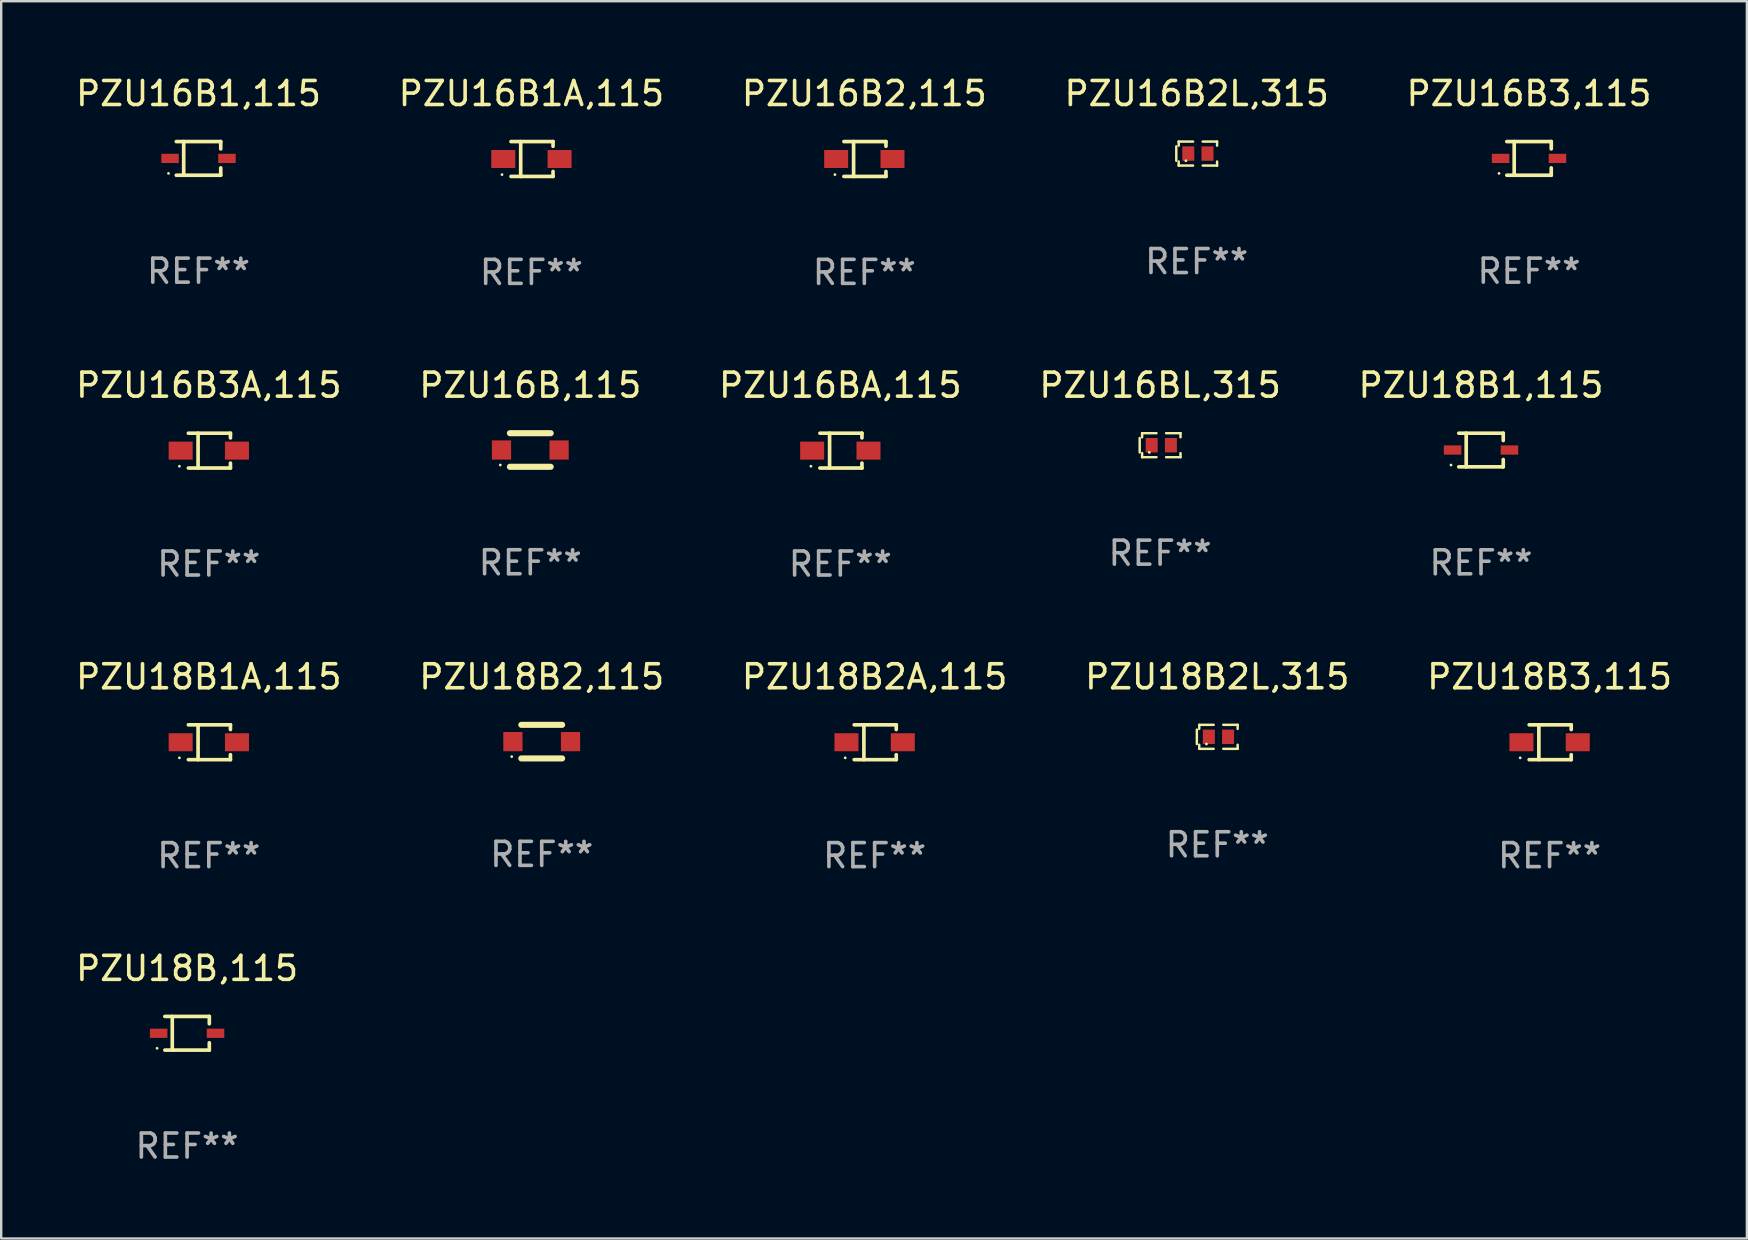
<source format=kicad_pcb>
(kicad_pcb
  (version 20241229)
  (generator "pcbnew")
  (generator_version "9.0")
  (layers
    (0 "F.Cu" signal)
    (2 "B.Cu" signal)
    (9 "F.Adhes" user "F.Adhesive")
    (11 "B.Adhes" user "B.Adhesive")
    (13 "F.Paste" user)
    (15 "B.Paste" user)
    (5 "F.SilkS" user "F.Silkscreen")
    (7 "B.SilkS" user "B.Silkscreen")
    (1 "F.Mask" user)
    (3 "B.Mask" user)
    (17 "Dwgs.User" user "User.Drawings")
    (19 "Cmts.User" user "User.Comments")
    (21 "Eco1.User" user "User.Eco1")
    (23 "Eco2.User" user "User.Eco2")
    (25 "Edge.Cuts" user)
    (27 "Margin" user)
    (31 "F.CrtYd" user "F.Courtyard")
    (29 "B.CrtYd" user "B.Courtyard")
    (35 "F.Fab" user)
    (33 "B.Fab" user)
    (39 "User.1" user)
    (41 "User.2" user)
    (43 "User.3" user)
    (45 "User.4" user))
  (footprint "PZU16B2L,315"
    (layer "F.Cu")
    (at 46.804 3.348)
    (property "Reference" "PZU16B2L,315" (at 0 -2.5 0) (layer "F.SilkS") (effects (font (size 1 1) (thickness 0.15))))
    (attr through_hole)
    (fp_line (start -0.85 -0.3) (end -0.85 0.3) (stroke (width 0.102) (type solid)) (layer "F.SilkS"))
    (fp_line (start -0.75 -0.5) (end -0.75 -0.329) (stroke (width 0.102) (type solid)) (layer "F.SilkS"))
    (fp_line (start -0.75 0.329) (end -0.75 0.5) (stroke (width 0.102) (type solid)) (layer "F.SilkS"))
    (fp_line (start -0.75 0.5) (end -0.15 0.5) (stroke (width 0.102) (type solid)) (layer "F.SilkS"))
    (fp_line (start -0.15 -0.5) (end -0.75 -0.5) (stroke (width 0.102) (type solid)) (layer "F.SilkS"))
    (fp_line (start 0.25 -0.5) (end 0.85 -0.5) (stroke (width 0.102) (type solid)) (layer "F.SilkS"))
    (fp_line (start 0.85 -0.5) (end 0.85 -0.33) (stroke (width 0.102) (type solid)) (layer "F.SilkS"))
    (fp_line (start 0.85 0.33) (end 0.85 0.5) (stroke (width 0.102) (type solid)) (layer "F.SilkS"))
    (fp_line (start 0.85 0.5) (end 0.25 0.5) (stroke (width 0.102) (type solid)) (layer "F.SilkS"))
    (fp_circle (center -0.45 0.3) (end -0.42 0.3) (stroke (width 0.06) (type solid)) (fill no) (layer "F.SilkS"))
    (fp_text user "REF**" (at 0 4.5 0) (layer "F.Fab") (effects (font (size 1 1) (thickness 0.15))))
    (pad "1" smd rect (at -0.35 0) (size 0.5 0.6) (layers "F.Cu" "F.Mask" "F.Paste"))
    (pad "2" smd rect (at 0.45 0) (size 0.5 0.6) (layers "F.Cu" "F.Mask" "F.Paste")))
  (footprint "PZU16B1A,115"
    (layer "F.Cu")
    (at 19.089 3.574)
    (property "Reference" "PZU16B1A,115" (at 0 -2.726 0) (layer "F.SilkS") (effects (font (size 1 1) (thickness 0.15))))
    (attr through_hole)
    (fp_line (start -0.851 -0.726) (end 0.901 -0.726) (stroke (width 0.152) (type solid)) (layer "F.SilkS"))
    (fp_line (start -0.851 0.726) (end 0.901 0.726) (stroke (width 0.152) (type solid)) (layer "F.SilkS"))
    (fp_line (start -0.447 -0.726) (end -0.447 0.726) (stroke (width 0.152) (type solid)) (layer "F.SilkS"))
    (fp_line (start 0.901 -0.726) (end 0.901 -0.53) (stroke (width 0.152) (type solid)) (layer "F.SilkS"))
    (fp_line (start 0.901 0.726) (end 0.901 0.52) (stroke (width 0.152) (type solid)) (layer "F.SilkS"))
    (fp_circle (center -1.225 0.65) (end -1.195 0.65) (stroke (width 0.06) (type solid)) (fill no) (layer "F.SilkS"))
    (fp_text user "REF**" (at 0 4.726 0) (layer "F.Fab") (effects (font (size 1 1) (thickness 0.15))))
    (pad "1" smd rect (at -1.173 0) (size 1 0.75) (layers "F.Cu" "F.Mask" "F.Paste"))
    (pad "2" smd rect (at 1.173 0) (size 1 0.75) (layers "F.Cu" "F.Mask" "F.Paste")))
  (footprint "PZU18B1,115"
    (layer "F.Cu")
    (at 58.649 15.698)
    (property "Reference" "PZU18B1,115" (at 0 -2.701 0) (layer "F.SilkS") (effects (font (size 1 1) (thickness 0.15))))
    (attr through_hole)
    (fp_line (start -0.926 -0.701) (end 0.926 -0.701) (stroke (width 0.152) (type solid)) (layer "F.SilkS"))
    (fp_line (start -0.926 0.701) (end 0.926 0.701) (stroke (width 0.152) (type solid)) (layer "F.SilkS"))
    (fp_line (start -0.617 -0.701) (end -0.617 0.701) (stroke (width 0.152) (type solid)) (layer "F.SilkS"))
    (fp_line (start 0.926 -0.701) (end 0.926 -0.396) (stroke (width 0.152) (type solid)) (layer "F.SilkS"))
    (fp_line (start 0.926 0.701) (end 0.926 0.396) (stroke (width 0.152) (type solid)) (layer "F.SilkS"))
    (fp_circle (center -1.25 0.625) (end -1.22 0.625) (stroke (width 0.06) (type solid)) (fill no) (layer "F.SilkS"))
    (fp_text user "REF**" (at 0 4.701 0) (layer "F.Fab") (effects (font (size 1 1) (thickness 0.15))))
    (pad "1" smd rect (at -1.185 0 180) (size 0.73 0.385) (layers "F.Cu" "F.Mask" "F.Paste"))
    (pad "2" smd rect (at 1.185 0 180) (size 0.73 0.385) (layers "F.Cu" "F.Mask" "F.Paste")))
  (footprint "PZU16B2,115"
    (layer "F.Cu")
    (at 32.958 3.574)
    (property "Reference" "PZU16B2,115" (at 0 -2.726 0) (layer "F.SilkS") (effects (font (size 1 1) (thickness 0.15))))
    (attr through_hole)
    (fp_line (start -0.851 -0.726) (end 0.901 -0.726) (stroke (width 0.152) (type solid)) (layer "F.SilkS"))
    (fp_line (start -0.851 0.726) (end 0.901 0.726) (stroke (width 0.152) (type solid)) (layer "F.SilkS"))
    (fp_line (start -0.447 -0.726) (end -0.447 0.726) (stroke (width 0.152) (type solid)) (layer "F.SilkS"))
    (fp_line (start 0.901 -0.726) (end 0.901 -0.53) (stroke (width 0.152) (type solid)) (layer "F.SilkS"))
    (fp_line (start 0.901 0.726) (end 0.901 0.52) (stroke (width 0.152) (type solid)) (layer "F.SilkS"))
    (fp_circle (center -1.225 0.65) (end -1.195 0.65) (stroke (width 0.06) (type solid)) (fill no) (layer "F.SilkS"))
    (fp_text user "REF**" (at 0 4.726 0) (layer "F.Fab") (effects (font (size 1 1) (thickness 0.15))))
    (pad "1" smd rect (at -1.173 0) (size 1 0.75) (layers "F.Cu" "F.Mask" "F.Paste"))
    (pad "2" smd rect (at 1.173 0) (size 1 0.75) (layers "F.Cu" "F.Mask" "F.Paste")))
  (footprint "PZU18B2,115"
    (layer "F.Cu")
    (at 19.518 27.846)
    (property "Reference" "PZU18B2,115" (at 0 -2.7 0) (layer "F.SilkS") (effects (font (size 1 1) (thickness 0.15))))
    (attr through_hole)
    (fp_line (start -0.85 -0.7) (end 0.85 -0.7) (stroke (width 0.254) (type solid)) (layer "F.SilkS"))
    (fp_line (start -0.85 0.7) (end 0.85 0.7) (stroke (width 0.254) (type solid)) (layer "F.SilkS"))
    (fp_circle (center -1.25 0.625) (end -1.22 0.625) (stroke (width 0.06) (type solid)) (fill no) (layer "F.SilkS"))
    (fp_text user "REF**" (at 0 4.7 0) (layer "F.Fab") (effects (font (size 1 1) (thickness 0.15))))
    (pad "1" smd rect (at -1.2 0) (size 0.8 0.8) (layers "F.Cu" "F.Mask" "F.Paste"))
    (pad "2" smd rect (at 1.2 0) (size 0.8 0.8) (layers "F.Cu" "F.Mask" "F.Paste")))
  (footprint "PZU16B1,115"
    (layer "F.Cu")
    (at 5.22 3.549)
    (property "Reference" "PZU16B1,115" (at 0 -2.701 0) (layer "F.SilkS") (effects (font (size 1 1) (thickness 0.15))))
    (attr through_hole)
    (fp_line (start -0.926 -0.701) (end 0.926 -0.701) (stroke (width 0.152) (type solid)) (layer "F.SilkS"))
    (fp_line (start -0.926 0.701) (end 0.926 0.701) (stroke (width 0.152) (type solid)) (layer "F.SilkS"))
    (fp_line (start -0.617 -0.701) (end -0.617 0.701) (stroke (width 0.152) (type solid)) (layer "F.SilkS"))
    (fp_line (start 0.926 -0.701) (end 0.926 -0.396) (stroke (width 0.152) (type solid)) (layer "F.SilkS"))
    (fp_line (start 0.926 0.701) (end 0.926 0.396) (stroke (width 0.152) (type solid)) (layer "F.SilkS"))
    (fp_circle (center -1.25 0.625) (end -1.22 0.625) (stroke (width 0.06) (type solid)) (fill no) (layer "F.SilkS"))
    (fp_text user "REF**" (at 0 4.701 0) (layer "F.Fab") (effects (font (size 1 1) (thickness 0.15))))
    (pad "1" smd rect (at -1.185 0 180) (size 0.73 0.385) (layers "F.Cu" "F.Mask" "F.Paste"))
    (pad "2" smd rect (at 1.185 0 180) (size 0.73 0.385) (layers "F.Cu" "F.Mask" "F.Paste")))
  (footprint "PZU16BA,115"
    (layer "F.Cu")
    (at 31.958 15.723)
    (property "Reference" "PZU16BA,115" (at 0 -2.726 0) (layer "F.SilkS") (effects (font (size 1 1) (thickness 0.15))))
    (attr through_hole)
    (fp_line (start -0.851 -0.726) (end 0.901 -0.726) (stroke (width 0.152) (type solid)) (layer "F.SilkS"))
    (fp_line (start -0.851 0.726) (end 0.901 0.726) (stroke (width 0.152) (type solid)) (layer "F.SilkS"))
    (fp_line (start -0.447 -0.726) (end -0.447 0.726) (stroke (width 0.152) (type solid)) (layer "F.SilkS"))
    (fp_line (start 0.901 -0.726) (end 0.901 -0.53) (stroke (width 0.152) (type solid)) (layer "F.SilkS"))
    (fp_line (start 0.901 0.726) (end 0.901 0.52) (stroke (width 0.152) (type solid)) (layer "F.SilkS"))
    (fp_circle (center -1.225 0.65) (end -1.195 0.65) (stroke (width 0.06) (type solid)) (fill no) (layer "F.SilkS"))
    (fp_text user "REF**" (at 0 4.726 0) (layer "F.Fab") (effects (font (size 1 1) (thickness 0.15))))
    (pad "1" smd rect (at -1.173 0) (size 1 0.75) (layers "F.Cu" "F.Mask" "F.Paste"))
    (pad "2" smd rect (at 1.173 0) (size 1 0.75) (layers "F.Cu" "F.Mask" "F.Paste")))
  (footprint "PZU18B3,115"
    (layer "F.Cu")
    (at 61.506 27.872)
    (property "Reference" "PZU18B3,115" (at 0 -2.726 0) (layer "F.SilkS") (effects (font (size 1 1) (thickness 0.15))))
    (attr through_hole)
    (fp_line (start -0.851 -0.726) (end 0.901 -0.726) (stroke (width 0.152) (type solid)) (layer "F.SilkS"))
    (fp_line (start -0.851 0.726) (end 0.901 0.726) (stroke (width 0.152) (type solid)) (layer "F.SilkS"))
    (fp_line (start -0.447 -0.726) (end -0.447 0.726) (stroke (width 0.152) (type solid)) (layer "F.SilkS"))
    (fp_line (start 0.901 -0.726) (end 0.901 -0.53) (stroke (width 0.152) (type solid)) (layer "F.SilkS"))
    (fp_line (start 0.901 0.726) (end 0.901 0.52) (stroke (width 0.152) (type solid)) (layer "F.SilkS"))
    (fp_circle (center -1.225 0.65) (end -1.195 0.65) (stroke (width 0.06) (type solid)) (fill no) (layer "F.SilkS"))
    (fp_text user "REF**" (at 0 4.726 0) (layer "F.Fab") (effects (font (size 1 1) (thickness 0.15))))
    (pad "1" smd rect (at -1.173 0) (size 1 0.75) (layers "F.Cu" "F.Mask" "F.Paste"))
    (pad "2" smd rect (at 1.173 0) (size 1 0.75) (layers "F.Cu" "F.Mask" "F.Paste")))
  (footprint "PZU16B3A,115"
    (layer "F.Cu")
    (at 5.649 15.723)
    (property "Reference" "PZU16B3A,115" (at 0 -2.726 0) (layer "F.SilkS") (effects (font (size 1 1) (thickness 0.15))))
    (attr through_hole)
    (fp_line (start -0.851 -0.726) (end 0.901 -0.726) (stroke (width 0.152) (type solid)) (layer "F.SilkS"))
    (fp_line (start -0.851 0.726) (end 0.901 0.726) (stroke (width 0.152) (type solid)) (layer "F.SilkS"))
    (fp_line (start -0.447 -0.726) (end -0.447 0.726) (stroke (width 0.152) (type solid)) (layer "F.SilkS"))
    (fp_line (start 0.901 -0.726) (end 0.901 -0.53) (stroke (width 0.152) (type solid)) (layer "F.SilkS"))
    (fp_line (start 0.901 0.726) (end 0.901 0.52) (stroke (width 0.152) (type solid)) (layer "F.SilkS"))
    (fp_circle (center -1.225 0.65) (end -1.195 0.65) (stroke (width 0.06) (type solid)) (fill no) (layer "F.SilkS"))
    (fp_text user "REF**" (at 0 4.726 0) (layer "F.Fab") (effects (font (size 1 1) (thickness 0.15))))
    (pad "1" smd rect (at -1.173 0) (size 1 0.75) (layers "F.Cu" "F.Mask" "F.Paste"))
    (pad "2" smd rect (at 1.173 0) (size 1 0.75) (layers "F.Cu" "F.Mask" "F.Paste")))
  (footprint "PZU18B2A,115"
    (layer "F.Cu")
    (at 33.387 27.872)
    (property "Reference" "PZU18B2A,115" (at 0 -2.726 0) (layer "F.SilkS") (effects (font (size 1 1) (thickness 0.15))))
    (attr through_hole)
    (fp_line (start -0.851 -0.726) (end 0.901 -0.726) (stroke (width 0.152) (type solid)) (layer "F.SilkS"))
    (fp_line (start -0.851 0.726) (end 0.901 0.726) (stroke (width 0.152) (type solid)) (layer "F.SilkS"))
    (fp_line (start -0.447 -0.726) (end -0.447 0.726) (stroke (width 0.152) (type solid)) (layer "F.SilkS"))
    (fp_line (start 0.901 -0.726) (end 0.901 -0.53) (stroke (width 0.152) (type solid)) (layer "F.SilkS"))
    (fp_line (start 0.901 0.726) (end 0.901 0.52) (stroke (width 0.152) (type solid)) (layer "F.SilkS"))
    (fp_circle (center -1.225 0.65) (end -1.195 0.65) (stroke (width 0.06) (type solid)) (fill no) (layer "F.SilkS"))
    (fp_text user "REF**" (at 0 4.726 0) (layer "F.Fab") (effects (font (size 1 1) (thickness 0.15))))
    (pad "1" smd rect (at -1.173 0) (size 1 0.75) (layers "F.Cu" "F.Mask" "F.Paste"))
    (pad "2" smd rect (at 1.173 0) (size 1 0.75) (layers "F.Cu" "F.Mask" "F.Paste")))
  (footprint "PZU16BL,315"
    (layer "F.Cu")
    (at 45.28 15.497)
    (property "Reference" "PZU16BL,315" (at 0 -2.5 0) (layer "F.SilkS") (effects (font (size 1 1) (thickness 0.15))))
    (attr through_hole)
    (fp_line (start -0.85 -0.3) (end -0.85 0.3) (stroke (width 0.102) (type solid)) (layer "F.SilkS"))
    (fp_line (start -0.75 -0.5) (end -0.75 -0.329) (stroke (width 0.102) (type solid)) (layer "F.SilkS"))
    (fp_line (start -0.75 0.329) (end -0.75 0.5) (stroke (width 0.102) (type solid)) (layer "F.SilkS"))
    (fp_line (start -0.75 0.5) (end -0.15 0.5) (stroke (width 0.102) (type solid)) (layer "F.SilkS"))
    (fp_line (start -0.15 -0.5) (end -0.75 -0.5) (stroke (width 0.102) (type solid)) (layer "F.SilkS"))
    (fp_line (start 0.25 -0.5) (end 0.85 -0.5) (stroke (width 0.102) (type solid)) (layer "F.SilkS"))
    (fp_line (start 0.85 -0.5) (end 0.85 -0.33) (stroke (width 0.102) (type solid)) (layer "F.SilkS"))
    (fp_line (start 0.85 0.33) (end 0.85 0.5) (stroke (width 0.102) (type solid)) (layer "F.SilkS"))
    (fp_line (start 0.85 0.5) (end 0.25 0.5) (stroke (width 0.102) (type solid)) (layer "F.SilkS"))
    (fp_circle (center -0.45 0.3) (end -0.42 0.3) (stroke (width 0.06) (type solid)) (fill no) (layer "F.SilkS"))
    (fp_text user "REF**" (at 0 4.5 0) (layer "F.Fab") (effects (font (size 1 1) (thickness 0.15))))
    (pad "1" smd rect (at -0.35 0) (size 0.5 0.6) (layers "F.Cu" "F.Mask" "F.Paste"))
    (pad "2" smd rect (at 0.45 0) (size 0.5 0.6) (layers "F.Cu" "F.Mask" "F.Paste")))
  (footprint "PZU18B2L,315"
    (layer "F.Cu")
    (at 47.661 27.646)
    (property "Reference" "PZU18B2L,315" (at 0 -2.5 0) (layer "F.SilkS") (effects (font (size 1 1) (thickness 0.15))))
    (attr through_hole)
    (fp_line (start -0.85 -0.3) (end -0.85 0.3) (stroke (width 0.102) (type solid)) (layer "F.SilkS"))
    (fp_line (start -0.75 -0.5) (end -0.75 -0.329) (stroke (width 0.102) (type solid)) (layer "F.SilkS"))
    (fp_line (start -0.75 0.329) (end -0.75 0.5) (stroke (width 0.102) (type solid)) (layer "F.SilkS"))
    (fp_line (start -0.75 0.5) (end -0.15 0.5) (stroke (width 0.102) (type solid)) (layer "F.SilkS"))
    (fp_line (start -0.15 -0.5) (end -0.75 -0.5) (stroke (width 0.102) (type solid)) (layer "F.SilkS"))
    (fp_line (start 0.25 -0.5) (end 0.85 -0.5) (stroke (width 0.102) (type solid)) (layer "F.SilkS"))
    (fp_line (start 0.85 -0.5) (end 0.85 -0.33) (stroke (width 0.102) (type solid)) (layer "F.SilkS"))
    (fp_line (start 0.85 0.33) (end 0.85 0.5) (stroke (width 0.102) (type solid)) (layer "F.SilkS"))
    (fp_line (start 0.85 0.5) (end 0.25 0.5) (stroke (width 0.102) (type solid)) (layer "F.SilkS"))
    (fp_circle (center -0.45 0.3) (end -0.42 0.3) (stroke (width 0.06) (type solid)) (fill no) (layer "F.SilkS"))
    (fp_text user "REF**" (at 0 4.5 0) (layer "F.Fab") (effects (font (size 1 1) (thickness 0.15))))
    (pad "1" smd rect (at -0.35 0) (size 0.5 0.6) (layers "F.Cu" "F.Mask" "F.Paste"))
    (pad "2" smd rect (at 0.45 0) (size 0.5 0.6) (layers "F.Cu" "F.Mask" "F.Paste")))
  (footprint "PZU18B,115"
    (layer "F.Cu")
    (at 4.744 39.996)
    (property "Reference" "PZU18B,115" (at 0 -2.701 0) (layer "F.SilkS") (effects (font (size 1 1) (thickness 0.15))))
    (attr through_hole)
    (fp_line (start -0.926 -0.701) (end 0.926 -0.701) (stroke (width 0.152) (type solid)) (layer "F.SilkS"))
    (fp_line (start -0.926 0.701) (end 0.926 0.701) (stroke (width 0.152) (type solid)) (layer "F.SilkS"))
    (fp_line (start -0.617 -0.701) (end -0.617 0.701) (stroke (width 0.152) (type solid)) (layer "F.SilkS"))
    (fp_line (start 0.926 -0.701) (end 0.926 -0.396) (stroke (width 0.152) (type solid)) (layer "F.SilkS"))
    (fp_line (start 0.926 0.701) (end 0.926 0.396) (stroke (width 0.152) (type solid)) (layer "F.SilkS"))
    (fp_circle (center -1.25 0.625) (end -1.22 0.625) (stroke (width 0.06) (type solid)) (fill no) (layer "F.SilkS"))
    (fp_text user "REF**" (at 0 4.701 0) (layer "F.Fab") (effects (font (size 1 1) (thickness 0.15))))
    (pad "1" smd rect (at -1.185 0 180) (size 0.73 0.385) (layers "F.Cu" "F.Mask" "F.Paste"))
    (pad "2" smd rect (at 1.185 0 180) (size 0.73 0.385) (layers "F.Cu" "F.Mask" "F.Paste")))
  (footprint "PZU18B1A,115"
    (layer "F.Cu")
    (at 5.649 27.872)
    (property "Reference" "PZU18B1A,115" (at 0 -2.726 0) (layer "F.SilkS") (effects (font (size 1 1) (thickness 0.15))))
    (attr through_hole)
    (fp_line (start -0.851 -0.726) (end 0.901 -0.726) (stroke (width 0.152) (type solid)) (layer "F.SilkS"))
    (fp_line (start -0.851 0.726) (end 0.901 0.726) (stroke (width 0.152) (type solid)) (layer "F.SilkS"))
    (fp_line (start -0.447 -0.726) (end -0.447 0.726) (stroke (width 0.152) (type solid)) (layer "F.SilkS"))
    (fp_line (start 0.901 -0.726) (end 0.901 -0.53) (stroke (width 0.152) (type solid)) (layer "F.SilkS"))
    (fp_line (start 0.901 0.726) (end 0.901 0.52) (stroke (width 0.152) (type solid)) (layer "F.SilkS"))
    (fp_circle (center -1.225 0.65) (end -1.195 0.65) (stroke (width 0.06) (type solid)) (fill no) (layer "F.SilkS"))
    (fp_text user "REF**" (at 0 4.726 0) (layer "F.Fab") (effects (font (size 1 1) (thickness 0.15))))
    (pad "1" smd rect (at -1.173 0) (size 1 0.75) (layers "F.Cu" "F.Mask" "F.Paste"))
    (pad "2" smd rect (at 1.173 0) (size 1 0.75) (layers "F.Cu" "F.Mask" "F.Paste")))
  (footprint "PZU16B,115"
    (layer "F.Cu")
    (at 19.042 15.697)
    (property "Reference" "PZU16B,115" (at 0 -2.7 0) (layer "F.SilkS") (effects (font (size 1 1) (thickness 0.15))))
    (attr through_hole)
    (fp_line (start -0.85 -0.7) (end 0.85 -0.7) (stroke (width 0.254) (type solid)) (layer "F.SilkS"))
    (fp_line (start -0.85 0.7) (end 0.85 0.7) (stroke (width 0.254) (type solid)) (layer "F.SilkS"))
    (fp_circle (center -1.25 0.625) (end -1.22 0.625) (stroke (width 0.06) (type solid)) (fill no) (layer "F.SilkS"))
    (fp_text user "REF**" (at 0 4.7 0) (layer "F.Fab") (effects (font (size 1 1) (thickness 0.15))))
    (pad "1" smd rect (at -1.2 0) (size 0.8 0.8) (layers "F.Cu" "F.Mask" "F.Paste"))
    (pad "2" smd rect (at 1.2 0) (size 0.8 0.8) (layers "F.Cu" "F.Mask" "F.Paste")))
  (footprint "PZU16B3,115"
    (layer "F.Cu")
    (at 60.649 3.549)
    (property "Reference" "PZU16B3,115" (at 0 -2.701 0) (layer "F.SilkS") (effects (font (size 1 1) (thickness 0.15))))
    (attr through_hole)
    (fp_line (start -0.926 -0.701) (end 0.926 -0.701) (stroke (width 0.152) (type solid)) (layer "F.SilkS"))
    (fp_line (start -0.926 0.701) (end 0.926 0.701) (stroke (width 0.152) (type solid)) (layer "F.SilkS"))
    (fp_line (start -0.617 -0.701) (end -0.617 0.701) (stroke (width 0.152) (type solid)) (layer "F.SilkS"))
    (fp_line (start 0.926 -0.701) (end 0.926 -0.396) (stroke (width 0.152) (type solid)) (layer "F.SilkS"))
    (fp_line (start 0.926 0.701) (end 0.926 0.396) (stroke (width 0.152) (type solid)) (layer "F.SilkS"))
    (fp_circle (center -1.25 0.625) (end -1.22 0.625) (stroke (width 0.06) (type solid)) (fill no) (layer "F.SilkS"))
    (fp_text user "REF**" (at 0 4.701 0) (layer "F.Fab") (effects (font (size 1 1) (thickness 0.15))))
    (pad "1" smd rect (at -1.185 0 180) (size 0.73 0.385) (layers "F.Cu" "F.Mask" "F.Paste"))
    (pad "2" smd rect (at 1.185 0 180) (size 0.73 0.385) (layers "F.Cu" "F.Mask" "F.Paste")))
  (gr_rect
    (start -3 -3)
    (end 69.726 48.546)
    (stroke (width 0.1) (type default))
    (fill no)
    (layer "Edge.Cuts")))
</source>
